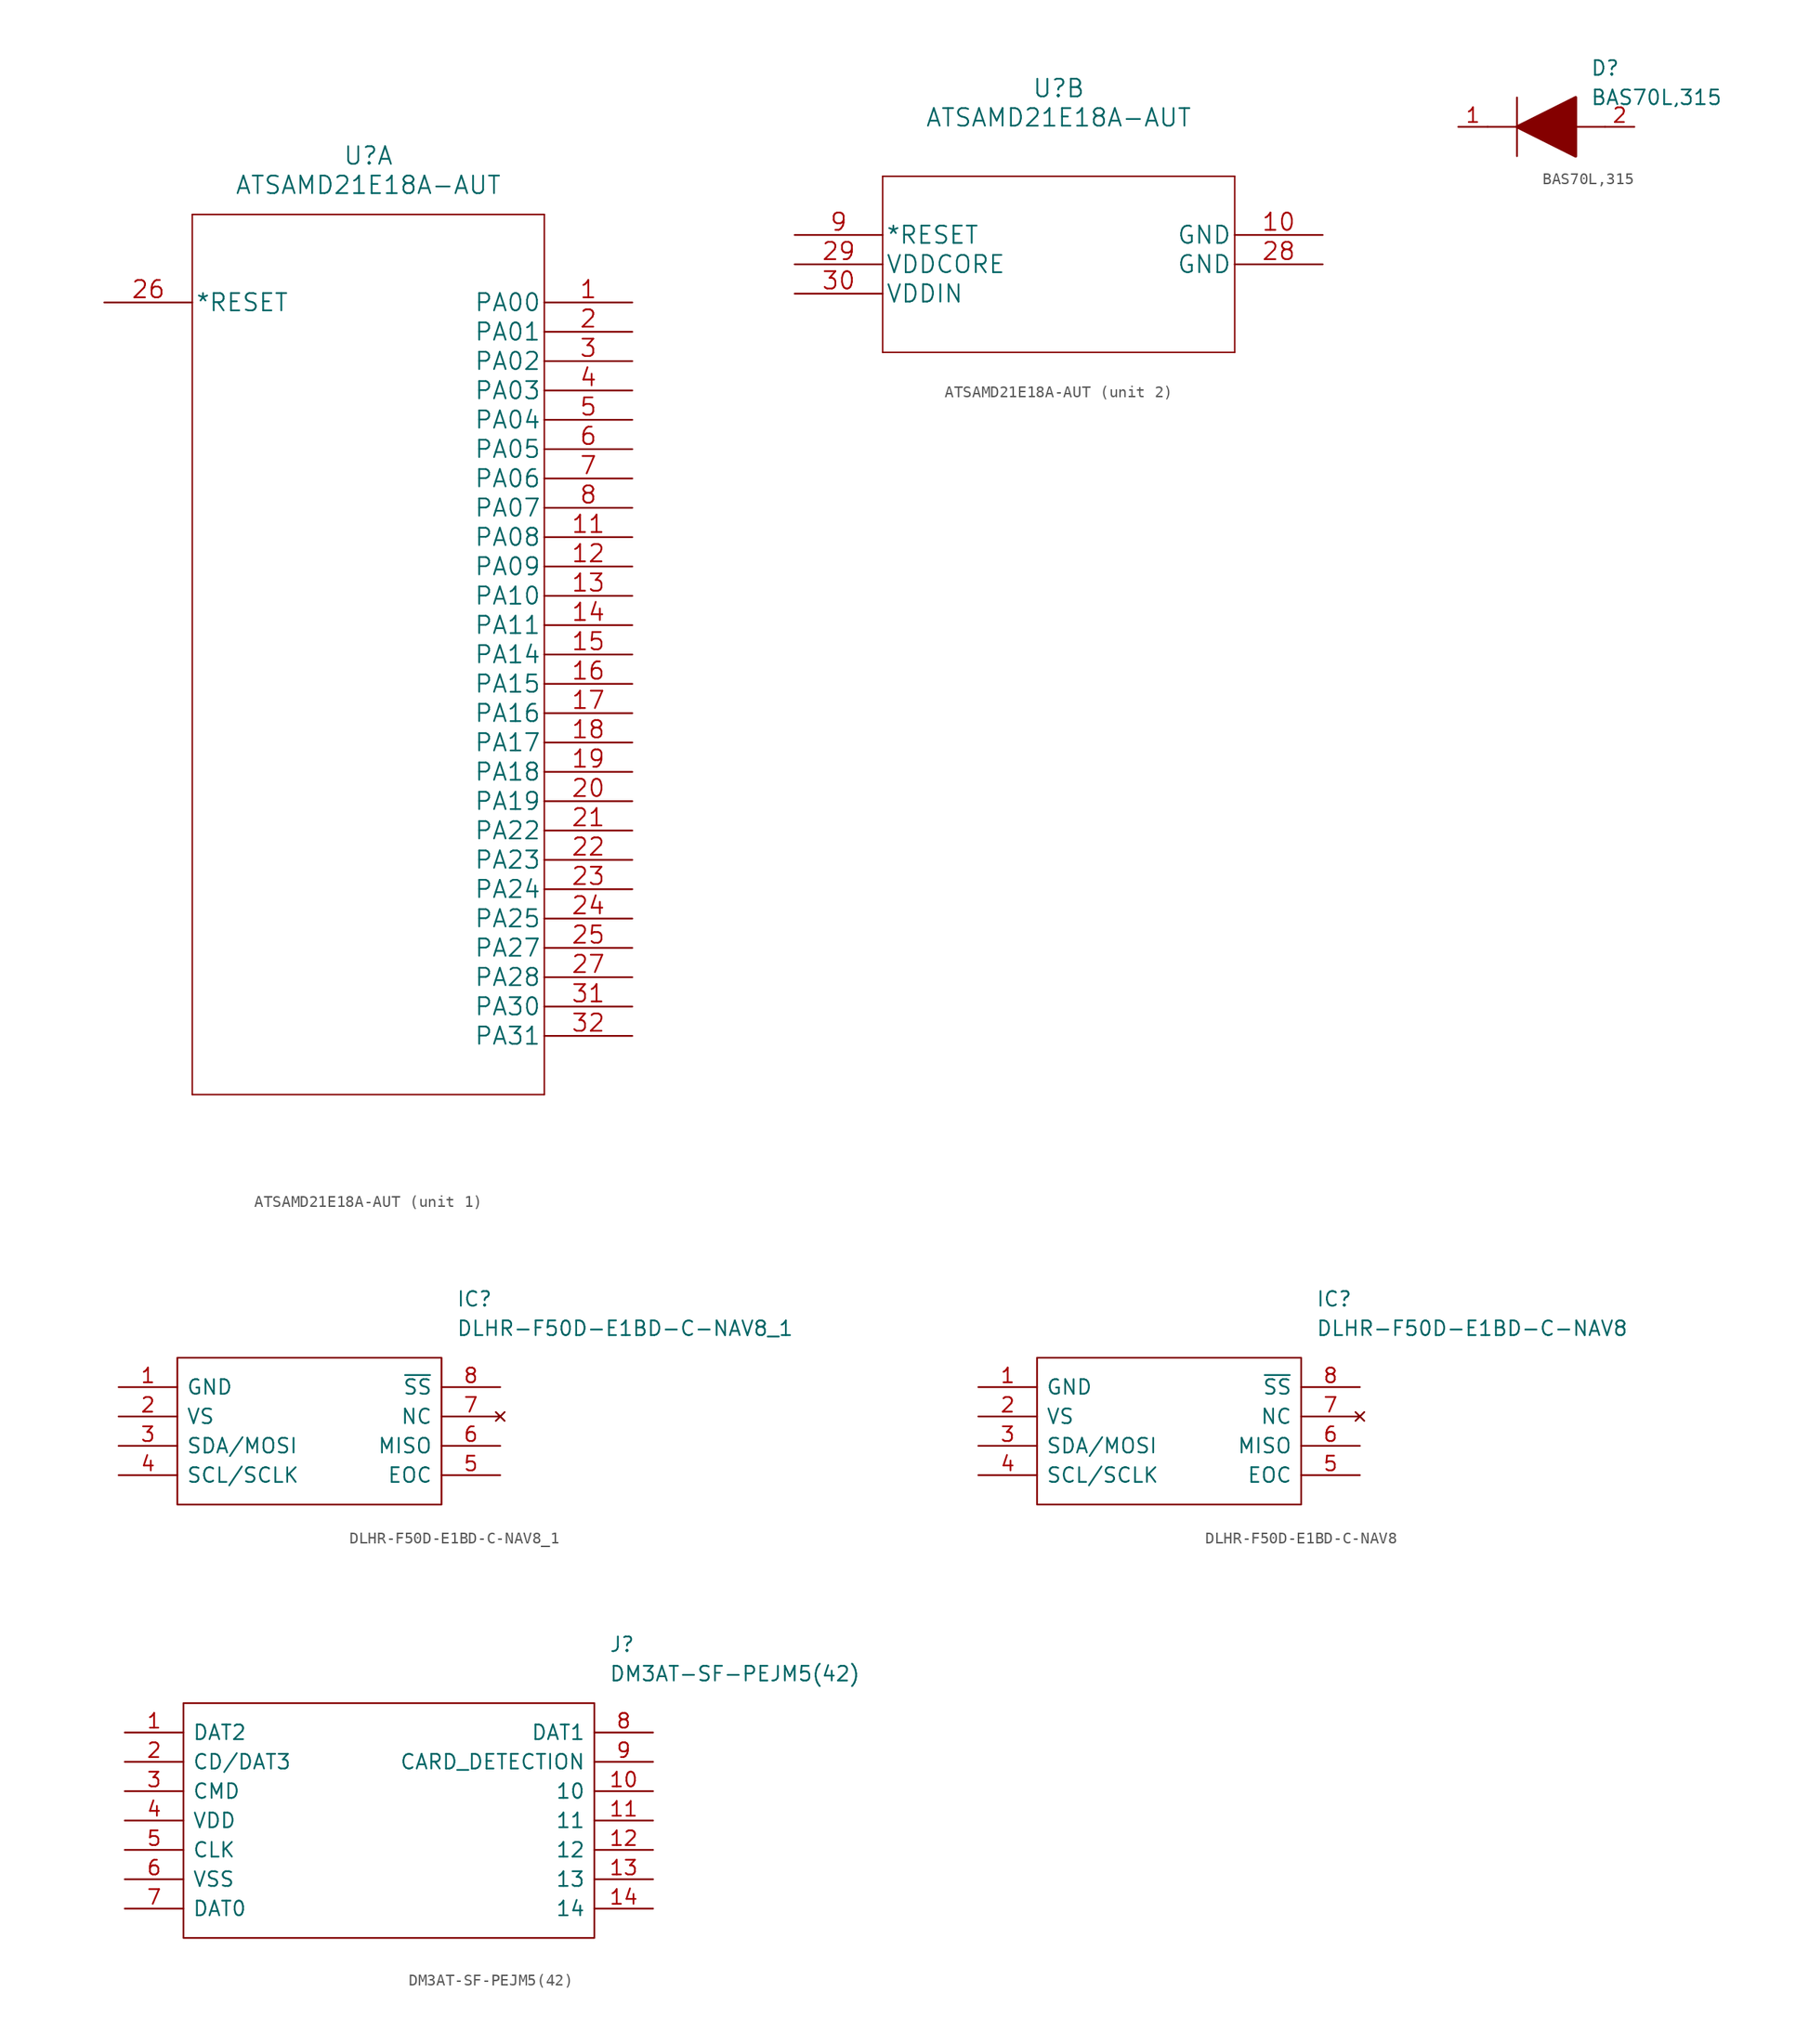
<source format=kicad_sym>
(kicad_symbol_lib
  (version 20211014)
  (generator kicad_symbol_editor)
  (symbol "ATSAMD21E18A-AUT"
    (pin_names
      (offset 0.254))
    (property "Reference" "U"
      (at 22.86 12.7 0)
      (effects (font (size 1.524 1.524))))
    (property "Value" "ATSAMD21E18A-AUT"
      (at 22.86 10.16 0)
      (effects (font (size 1.524 1.524))))
    (property "Datasheet" ""
      (at 0 0 0)
      (effects (font (size 1.524 1.524))))
    (symbol "ATSAMD21E18A-AUT_1_1"
      (polyline (pts (xy 7.62 -68.58) (xy 38.1 -68.58)) (stroke (width 0.127) (type default) (color 0 0 0 0)) (fill (type none)))
      (polyline (pts (xy 7.62 7.62) (xy 7.62 -68.58)) (stroke (width 0.127) (type default) (color 0 0 0 0)) (fill (type none)))
      (polyline (pts (xy 38.1 -68.58) (xy 38.1 7.62)) (stroke (width 0.127) (type default) (color 0 0 0 0)) (fill (type none)))
      (polyline (pts (xy 38.1 7.62) (xy 7.62 7.62)) (stroke (width 0.127) (type default) (color 0 0 0 0)) (fill (type none)))
      (pin bidirectional line (at 45.72 0 180) (length 7.62) (name "PA00" (effects (font (size 1.499 1.499)))) (number "1" (effects (font (size 1.499 1.499)))))
      (pin bidirectional line (at 45.72 -20.32 180) (length 7.62) (name "PA08" (effects (font (size 1.499 1.499)))) (number "11" (effects (font (size 1.499 1.499)))))
      (pin bidirectional line (at 45.72 -22.86 180) (length 7.62) (name "PA09" (effects (font (size 1.499 1.499)))) (number "12" (effects (font (size 1.499 1.499)))))
      (pin bidirectional line (at 45.72 -25.4 180) (length 7.62) (name "PA10" (effects (font (size 1.499 1.499)))) (number "13" (effects (font (size 1.499 1.499)))))
      (pin bidirectional line (at 45.72 -27.94 180) (length 7.62) (name "PA11" (effects (font (size 1.499 1.499)))) (number "14" (effects (font (size 1.499 1.499)))))
      (pin bidirectional line (at 45.72 -30.48 180) (length 7.62) (name "PA14" (effects (font (size 1.499 1.499)))) (number "15" (effects (font (size 1.499 1.499)))))
      (pin bidirectional line (at 45.72 -33.02 180) (length 7.62) (name "PA15" (effects (font (size 1.499 1.499)))) (number "16" (effects (font (size 1.499 1.499)))))
      (pin bidirectional line (at 45.72 -35.56 180) (length 7.62) (name "PA16" (effects (font (size 1.499 1.499)))) (number "17" (effects (font (size 1.499 1.499)))))
      (pin bidirectional line (at 45.72 -38.1 180) (length 7.62) (name "PA17" (effects (font (size 1.499 1.499)))) (number "18" (effects (font (size 1.499 1.499)))))
      (pin bidirectional line (at 45.72 -40.64 180) (length 7.62) (name "PA18" (effects (font (size 1.499 1.499)))) (number "19" (effects (font (size 1.499 1.499)))))
      (pin bidirectional line (at 45.72 -2.54 180) (length 7.62) (name "PA01" (effects (font (size 1.499 1.499)))) (number "2" (effects (font (size 1.499 1.499)))))
      (pin bidirectional line (at 45.72 -43.18 180) (length 7.62) (name "PA19" (effects (font (size 1.499 1.499)))) (number "20" (effects (font (size 1.499 1.499)))))
      (pin bidirectional line (at 45.72 -45.72 180) (length 7.62) (name "PA22" (effects (font (size 1.499 1.499)))) (number "21" (effects (font (size 1.499 1.499)))))
      (pin bidirectional line (at 45.72 -48.26 180) (length 7.62) (name "PA23" (effects (font (size 1.499 1.499)))) (number "22" (effects (font (size 1.499 1.499)))))
      (pin bidirectional line (at 45.72 -50.8 180) (length 7.62) (name "PA24" (effects (font (size 1.499 1.499)))) (number "23" (effects (font (size 1.499 1.499)))))
      (pin bidirectional line (at 45.72 -53.34 180) (length 7.62) (name "PA25" (effects (font (size 1.499 1.499)))) (number "24" (effects (font (size 1.499 1.499)))))
      (pin bidirectional line (at 45.72 -55.88 180) (length 7.62) (name "PA27" (effects (font (size 1.499 1.499)))) (number "25" (effects (font (size 1.499 1.499)))))
      (pin input line (at 0 0 0) (length 7.62) (name "*RESET" (effects (font (size 1.499 1.499)))) (number "26" (effects (font (size 1.499 1.499)))))
      (pin bidirectional line (at 45.72 -58.42 180) (length 7.62) (name "PA28" (effects (font (size 1.499 1.499)))) (number "27" (effects (font (size 1.499 1.499)))))
      (pin bidirectional line (at 45.72 -5.08 180) (length 7.62) (name "PA02" (effects (font (size 1.499 1.499)))) (number "3" (effects (font (size 1.499 1.499)))))
      (pin bidirectional line (at 45.72 -60.96 180) (length 7.62) (name "PA30" (effects (font (size 1.499 1.499)))) (number "31" (effects (font (size 1.499 1.499)))))
      (pin bidirectional line (at 45.72 -63.5 180) (length 7.62) (name "PA31" (effects (font (size 1.499 1.499)))) (number "32" (effects (font (size 1.499 1.499)))))
      (pin bidirectional line (at 45.72 -7.62 180) (length 7.62) (name "PA03" (effects (font (size 1.499 1.499)))) (number "4" (effects (font (size 1.499 1.499)))))
      (pin bidirectional line (at 45.72 -10.16 180) (length 7.62) (name "PA04" (effects (font (size 1.499 1.499)))) (number "5" (effects (font (size 1.499 1.499)))))
      (pin bidirectional line (at 45.72 -12.7 180) (length 7.62) (name "PA05" (effects (font (size 1.499 1.499)))) (number "6" (effects (font (size 1.499 1.499)))))
      (pin bidirectional line (at 45.72 -15.24 180) (length 7.62) (name "PA06" (effects (font (size 1.499 1.499)))) (number "7" (effects (font (size 1.499 1.499)))))
      (pin bidirectional line (at 45.72 -17.78 180) (length 7.62) (name "PA07" (effects (font (size 1.499 1.499)))) (number "8" (effects (font (size 1.499 1.499))))))
    (symbol "ATSAMD21E18A-AUT_2_1"
      (polyline (pts (xy 7.62 -10.16) (xy 38.1 -10.16)) (stroke (width 0.127) (type default) (color 0 0 0 0)) (fill (type none)))
      (polyline (pts (xy 7.62 5.08) (xy 7.62 -10.16)) (stroke (width 0.127) (type default) (color 0 0 0 0)) (fill (type none)))
      (polyline (pts (xy 38.1 -10.16) (xy 38.1 5.08)) (stroke (width 0.127) (type default) (color 0 0 0 0)) (fill (type none)))
      (polyline (pts (xy 38.1 5.08) (xy 7.62 5.08)) (stroke (width 0.127) (type default) (color 0 0 0 0)) (fill (type none)))
      (pin power_in line (at 45.72 0 180) (length 7.62) (name "GND" (effects (font (size 1.499 1.499)))) (number "10" (effects (font (size 1.499 1.499)))))
      (pin power_in line (at 45.72 -2.54 180) (length 7.62) (name "GND" (effects (font (size 1.499 1.499)))) (number "28" (effects (font (size 1.499 1.499)))))
      (pin power_in line (at 0 -2.54 0) (length 7.62) (name "VDDCORE" (effects (font (size 1.499 1.499)))) (number "29" (effects (font (size 1.499 1.499)))))
      (pin power_in line (at 0 -5.08 0) (length 7.62) (name "VDDIN" (effects (font (size 1.499 1.499)))) (number "30" (effects (font (size 1.499 1.499)))))
      (pin input line (at 0 0 0) (length 7.62) (name "*RESET" (effects (font (size 1.499 1.499)))) (number "9" (effects (font (size 1.499 1.499)))))))
  (symbol "BAS70L,315"
    (pin_names
      (offset 0.762))
    (property "Reference" "D"
      (at 11.43 5.08 0)
      (effects (font (size 1.27 1.27)) (justify left)))
    (property "Value" "BAS70L,315"
      (at 11.43 2.54 0)
      (effects (font (size 1.27 1.27)) (justify left)))
    (symbol "BAS70L,315_0_0"
      (pin passive line (at 0 0 0) (length 2.54) (name "~" (effects (font (size 1.27 1.27)))) (number "1" (effects (font (size 1.27 1.27)))))
      (pin passive line (at 15.24 0 180) (length 2.54) (name "~" (effects (font (size 1.27 1.27)))) (number "2" (effects (font (size 1.27 1.27))))))
    (symbol "BAS70L,315_0_1"
      (polyline (pts (xy 2.54 0) (xy 5.08 0)) (stroke (width 0.152) (type default) (color 0 0 0 0)) (fill (type none)))
      (polyline (pts (xy 5.08 2.54) (xy 5.08 -2.54)) (stroke (width 0.152) (type default) (color 0 0 0 0)) (fill (type none)))
      (polyline (pts (xy 10.16 0) (xy 12.7 0)) (stroke (width 0.152) (type default) (color 0 0 0 0)) (fill (type none)))
      (polyline (pts (xy 5.08 0) (xy 10.16 2.54) (xy 10.16 -2.54) (xy 5.08 0)) (stroke (width 0.254) (type default) (color 0 0 0 0)) (fill (type outline)))))
  (symbol "DLHR-F50D-E1BD-C-NAV8_1"
    (pin_names
      (offset 0.762))
    (property "Reference" "IC"
      (at 29.21 7.62 0)
      (effects (font (size 1.27 1.27)) (justify left)))
    (property "Value" "DLHR-F50D-E1BD-C-NAV8_1"
      (at 29.21 5.08 0)
      (effects (font (size 1.27 1.27)) (justify left)))
    (symbol "DLHR-F50D-E1BD-C-NAV8_1_0_0"
      (pin power_in line (at 0 0 0) (length 5.08) (name "GND" (effects (font (size 1.27 1.27)))) (number "1" (effects (font (size 1.27 1.27)))))
      (pin power_in line (at 0 -2.54 0) (length 5.08) (name "VS" (effects (font (size 1.27 1.27)))) (number "2" (effects (font (size 1.27 1.27)))))
      (pin input line (at 0 -5.08 0) (length 5.08) (name "SDA/MOSI" (effects (font (size 1.27 1.27)))) (number "3" (effects (font (size 1.27 1.27)))))
      (pin bidirectional line (at 0 -7.62 0) (length 5.08) (name "SCL/SCLK" (effects (font (size 1.27 1.27)))) (number "4" (effects (font (size 1.27 1.27)))))
      (pin output line (at 33.02 -7.62 180) (length 5.08) (name "EOC" (effects (font (size 1.27 1.27)))) (number "5" (effects (font (size 1.27 1.27)))))
      (pin bidirectional line (at 33.02 -5.08 180) (length 5.08) (name "MISO" (effects (font (size 1.27 1.27)))) (number "6" (effects (font (size 1.27 1.27)))))
      (pin no_connect line (at 33.02 -2.54 180) (length 5.08) (name "NC" (effects (font (size 1.27 1.27)))) (number "7" (effects (font (size 1.27 1.27)))))
      (pin input line (at 33.02 0 180) (length 5.08) (name "~{SS}" (effects (font (size 1.27 1.27)))) (number "8" (effects (font (size 1.27 1.27))))))
    (symbol "DLHR-F50D-E1BD-C-NAV8_1_0_1"
      (polyline (pts (xy 5.08 2.54) (xy 27.94 2.54) (xy 27.94 -10.16) (xy 5.08 -10.16) (xy 5.08 2.54)) (stroke (width 0.152) (type default) (color 0 0 0 0)) (fill (type none)))))
  (symbol "DLHR-F50D-E1BD-C-NAV8"
    (pin_names
      (offset 0.762))
    (property "Reference" "IC"
      (at 29.21 7.62 0)
      (effects (font (size 1.27 1.27)) (justify left)))
    (property "Value" "DLHR-F50D-E1BD-C-NAV8"
      (at 29.21 5.08 0)
      (effects (font (size 1.27 1.27)) (justify left)))
    (symbol "DLHR-F50D-E1BD-C-NAV8_0_0"
      (pin power_in line (at 0 0 0) (length 5.08) (name "GND" (effects (font (size 1.27 1.27)))) (number "1" (effects (font (size 1.27 1.27)))))
      (pin power_in line (at 0 -2.54 0) (length 5.08) (name "VS" (effects (font (size 1.27 1.27)))) (number "2" (effects (font (size 1.27 1.27)))))
      (pin input line (at 0 -5.08 0) (length 5.08) (name "SDA/MOSI" (effects (font (size 1.27 1.27)))) (number "3" (effects (font (size 1.27 1.27)))))
      (pin bidirectional line (at 0 -7.62 0) (length 5.08) (name "SCL/SCLK" (effects (font (size 1.27 1.27)))) (number "4" (effects (font (size 1.27 1.27)))))
      (pin output line (at 33.02 -7.62 180) (length 5.08) (name "EOC" (effects (font (size 1.27 1.27)))) (number "5" (effects (font (size 1.27 1.27)))))
      (pin bidirectional line (at 33.02 -5.08 180) (length 5.08) (name "MISO" (effects (font (size 1.27 1.27)))) (number "6" (effects (font (size 1.27 1.27)))))
      (pin no_connect line (at 33.02 -2.54 180) (length 5.08) (name "NC" (effects (font (size 1.27 1.27)))) (number "7" (effects (font (size 1.27 1.27)))))
      (pin input line (at 33.02 0 180) (length 5.08) (name "~{SS}" (effects (font (size 1.27 1.27)))) (number "8" (effects (font (size 1.27 1.27))))))
    (symbol "DLHR-F50D-E1BD-C-NAV8_0_1"
      (polyline (pts (xy 5.08 2.54) (xy 27.94 2.54) (xy 27.94 -10.16) (xy 5.08 -10.16) (xy 5.08 2.54)) (stroke (width 0.152) (type default) (color 0 0 0 0)) (fill (type none)))))
  (symbol "DM3AT-SF-PEJM5(42)"
    (pin_names
      (offset 0.762))
    (property "Reference" "J"
      (at 41.91 7.62 0)
      (effects (font (size 1.27 1.27)) (justify left)))
    (property "Value" "DM3AT-SF-PEJM5(42)"
      (at 41.91 5.08 0)
      (effects (font (size 1.27 1.27)) (justify left)))
    (symbol "DM3AT-SF-PEJM5(42)_0_0"
      (pin unspecified line (at 0 0 0) (length 5.08) (name "DAT2" (effects (font (size 1.27 1.27)))) (number "1" (effects (font (size 1.27 1.27)))))
      (pin unspecified line (at 45.72 -5.08 180) (length 5.08) (name "10" (effects (font (size 1.27 1.27)))) (number "10" (effects (font (size 1.27 1.27)))))
      (pin unspecified line (at 45.72 -7.62 180) (length 5.08) (name "11" (effects (font (size 1.27 1.27)))) (number "11" (effects (font (size 1.27 1.27)))))
      (pin unspecified line (at 45.72 -10.16 180) (length 5.08) (name "12" (effects (font (size 1.27 1.27)))) (number "12" (effects (font (size 1.27 1.27)))))
      (pin unspecified line (at 45.72 -12.7 180) (length 5.08) (name "13" (effects (font (size 1.27 1.27)))) (number "13" (effects (font (size 1.27 1.27)))))
      (pin unspecified line (at 45.72 -15.24 180) (length 5.08) (name "14" (effects (font (size 1.27 1.27)))) (number "14" (effects (font (size 1.27 1.27)))))
      (pin unspecified line (at 0 -2.54 0) (length 5.08) (name "CD/DAT3" (effects (font (size 1.27 1.27)))) (number "2" (effects (font (size 1.27 1.27)))))
      (pin unspecified line (at 0 -5.08 0) (length 5.08) (name "CMD" (effects (font (size 1.27 1.27)))) (number "3" (effects (font (size 1.27 1.27)))))
      (pin unspecified line (at 0 -7.62 0) (length 5.08) (name "VDD" (effects (font (size 1.27 1.27)))) (number "4" (effects (font (size 1.27 1.27)))))
      (pin unspecified line (at 0 -10.16 0) (length 5.08) (name "CLK" (effects (font (size 1.27 1.27)))) (number "5" (effects (font (size 1.27 1.27)))))
      (pin unspecified line (at 0 -12.7 0) (length 5.08) (name "VSS" (effects (font (size 1.27 1.27)))) (number "6" (effects (font (size 1.27 1.27)))))
      (pin unspecified line (at 0 -15.24 0) (length 5.08) (name "DAT0" (effects (font (size 1.27 1.27)))) (number "7" (effects (font (size 1.27 1.27)))))
      (pin unspecified line (at 45.72 0 180) (length 5.08) (name "DAT1" (effects (font (size 1.27 1.27)))) (number "8" (effects (font (size 1.27 1.27)))))
      (pin unspecified line (at 45.72 -2.54 180) (length 5.08) (name "CARD_DETECTION" (effects (font (size 1.27 1.27)))) (number "9" (effects (font (size 1.27 1.27))))))
    (symbol "DM3AT-SF-PEJM5(42)_0_1"
      (polyline (pts (xy 5.08 2.54) (xy 40.64 2.54) (xy 40.64 -17.78) (xy 5.08 -17.78) (xy 5.08 2.54)) (stroke (width 0.152) (type default) (color 0 0 0 0)) (fill (type none))))))
</source>
